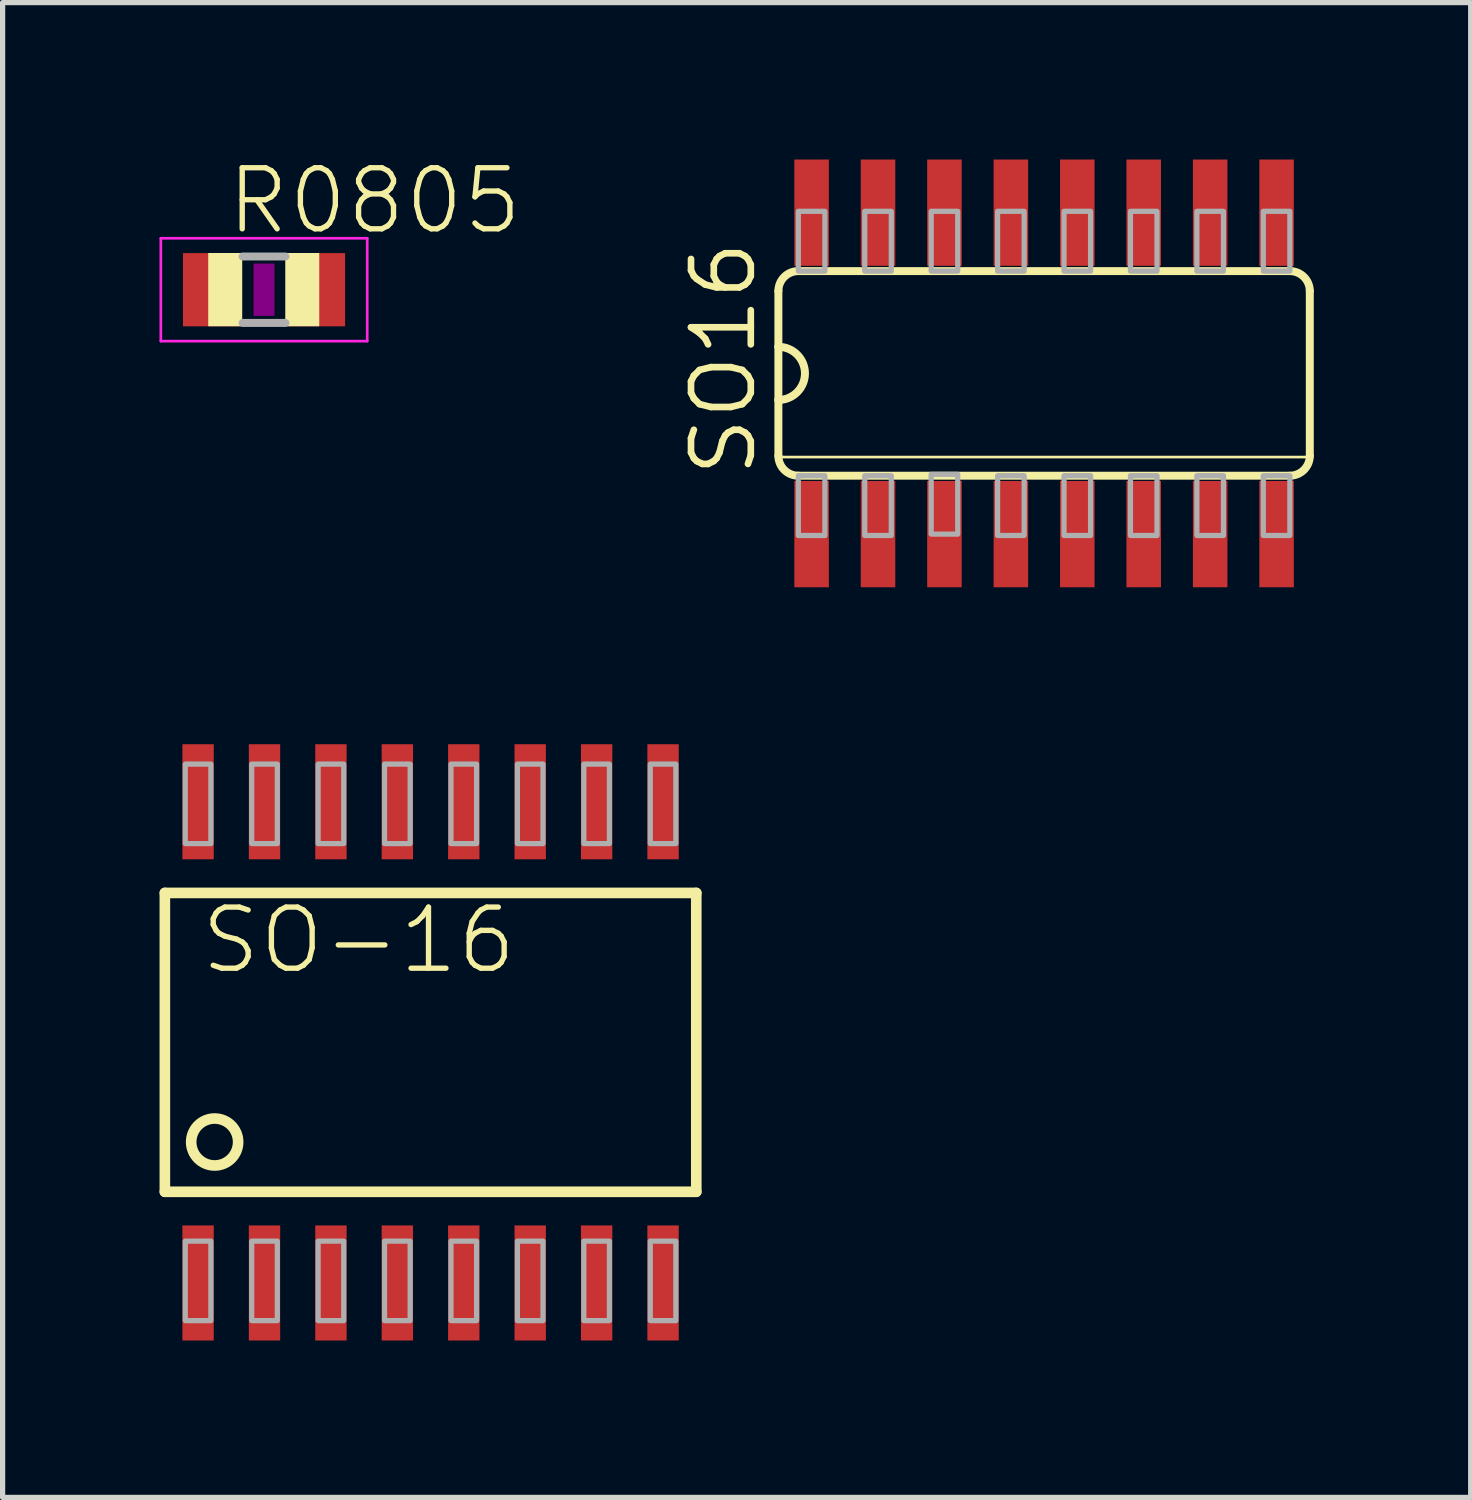
<source format=kicad_pcb>
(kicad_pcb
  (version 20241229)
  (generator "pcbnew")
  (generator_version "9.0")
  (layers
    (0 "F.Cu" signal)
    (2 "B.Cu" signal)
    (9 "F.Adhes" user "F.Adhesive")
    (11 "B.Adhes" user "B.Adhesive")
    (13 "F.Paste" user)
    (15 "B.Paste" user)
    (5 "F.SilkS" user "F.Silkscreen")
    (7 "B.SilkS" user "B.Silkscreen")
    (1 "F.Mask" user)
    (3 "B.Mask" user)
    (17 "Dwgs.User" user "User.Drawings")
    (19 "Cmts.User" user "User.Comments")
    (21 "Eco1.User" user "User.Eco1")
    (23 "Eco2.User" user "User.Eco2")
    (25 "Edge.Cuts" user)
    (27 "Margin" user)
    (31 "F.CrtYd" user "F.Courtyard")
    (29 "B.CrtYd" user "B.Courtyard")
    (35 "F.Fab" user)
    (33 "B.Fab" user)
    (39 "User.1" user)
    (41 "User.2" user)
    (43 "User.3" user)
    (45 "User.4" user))
  (footprint "SO16"
    (layer "F.Cu")
    (at 16.912 4.089)
    (property "Reference" "SO16" (at -5.461 2.032 90) (layer "F.SilkS") (effects (font (size 1.143 1.143) (thickness 0.127)) (justify left bottom)))
    (fp_line (start -5.08 -1.575) (end -5.08 -0.508) (stroke (width 0.152) (type solid)) (layer "F.SilkS"))
    (fp_line (start -5.08 -0.508) (end -5.08 0.508) (stroke (width 0.152) (type solid)) (layer "F.SilkS"))
    (fp_line (start -5.08 0.508) (end -5.08 1.575) (stroke (width 0.152) (type solid)) (layer "F.SilkS"))
    (fp_line (start -5.08 1.6) (end 5.08 1.6) (stroke (width 0.051) (type solid)) (layer "F.SilkS"))
    (fp_line (start -4.699 1.956) (end 4.699 1.956) (stroke (width 0.152) (type solid)) (layer "F.SilkS"))
    (fp_line (start 4.699 -1.956) (end -4.699 -1.956) (stroke (width 0.152) (type solid)) (layer "F.SilkS"))
    (fp_line (start 5.08 1.575) (end 5.08 -1.575) (stroke (width 0.152) (type solid)) (layer "F.SilkS"))
    (fp_arc (start -5.08 -1.5748) (mid -4.968408 -1.844208) (end -4.699 -1.9558) (stroke (width 0.1524) (type solid)) (layer "F.SilkS"))
    (fp_arc (start -5.08 -0.508) (mid -4.572 0) (end -5.08 0.508) (stroke (width 0.1524) (type solid)) (layer "F.SilkS"))
    (fp_arc (start -4.699 1.9558) (mid -4.968408 1.844208) (end -5.08 1.5748) (stroke (width 0.1524) (type solid)) (layer "F.SilkS"))
    (fp_arc (start 4.699 -1.9558) (mid 4.968408 -1.844208) (end 5.08 -1.5748) (stroke (width 0.1524) (type solid)) (layer "F.SilkS"))
    (fp_arc (start 5.08 1.5748) (mid 4.968408 1.844208) (end 4.699 1.9558) (stroke (width 0.1524) (type solid)) (layer "F.SilkS"))
    (fp_poly (pts (xy -4.699 -1.956) (xy -4.191 -1.956) (xy -4.191 -3.099) (xy -4.699 -3.099)) (stroke (width 0.1) (type solid)) (fill no) (layer "F.Fab"))
    (fp_poly (pts (xy -4.699 3.099) (xy -4.191 3.099) (xy -4.191 1.956) (xy -4.699 1.956)) (stroke (width 0.1) (type solid)) (fill no) (layer "F.Fab"))
    (fp_poly (pts (xy -3.429 -1.956) (xy -2.921 -1.956) (xy -2.921 -3.099) (xy -3.429 -3.099)) (stroke (width 0.1) (type solid)) (fill no) (layer "F.Fab"))
    (fp_poly (pts (xy -3.429 3.099) (xy -2.921 3.099) (xy -2.921 1.956) (xy -3.429 1.956)) (stroke (width 0.1) (type solid)) (fill no) (layer "F.Fab"))
    (fp_poly (pts (xy -2.159 -1.956) (xy -1.651 -1.956) (xy -1.651 -3.099) (xy -2.159 -3.099)) (stroke (width 0.1) (type solid)) (fill no) (layer "F.Fab"))
    (fp_poly (pts (xy -2.159 3.073) (xy -1.651 3.073) (xy -1.651 1.93) (xy -2.159 1.93)) (stroke (width 0.1) (type solid)) (fill no) (layer "F.Fab"))
    (fp_poly (pts (xy -0.889 -1.956) (xy -0.381 -1.956) (xy -0.381 -3.099) (xy -0.889 -3.099)) (stroke (width 0.1) (type solid)) (fill no) (layer "F.Fab"))
    (fp_poly (pts (xy -0.889 3.099) (xy -0.381 3.099) (xy -0.381 1.956) (xy -0.889 1.956)) (stroke (width 0.1) (type solid)) (fill no) (layer "F.Fab"))
    (fp_poly (pts (xy 0.381 -1.956) (xy 0.889 -1.956) (xy 0.889 -3.099) (xy 0.381 -3.099)) (stroke (width 0.1) (type solid)) (fill no) (layer "F.Fab"))
    (fp_poly (pts (xy 0.381 3.099) (xy 0.889 3.099) (xy 0.889 1.956) (xy 0.381 1.956)) (stroke (width 0.1) (type solid)) (fill no) (layer "F.Fab"))
    (fp_poly (pts (xy 1.651 -1.956) (xy 2.159 -1.956) (xy 2.159 -3.099) (xy 1.651 -3.099)) (stroke (width 0.1) (type solid)) (fill no) (layer "F.Fab"))
    (fp_poly (pts (xy 1.651 3.099) (xy 2.159 3.099) (xy 2.159 1.956) (xy 1.651 1.956)) (stroke (width 0.1) (type solid)) (fill no) (layer "F.Fab"))
    (fp_poly (pts (xy 2.921 -1.956) (xy 3.429 -1.956) (xy 3.429 -3.099) (xy 2.921 -3.099)) (stroke (width 0.1) (type solid)) (fill no) (layer "F.Fab"))
    (fp_poly (pts (xy 2.921 3.099) (xy 3.429 3.099) (xy 3.429 1.956) (xy 2.921 1.956)) (stroke (width 0.1) (type solid)) (fill no) (layer "F.Fab"))
    (fp_poly (pts (xy 4.191 -1.956) (xy 4.699 -1.956) (xy 4.699 -3.099) (xy 4.191 -3.099)) (stroke (width 0.1) (type solid)) (fill no) (layer "F.Fab"))
    (fp_poly (pts (xy 4.191 3.099) (xy 4.699 3.099) (xy 4.699 1.956) (xy 4.191 1.956)) (stroke (width 0.1) (type solid)) (fill no) (layer "F.Fab"))
    (pad "1" smd rect (at -4.445 3.073) (size 0.66 2.032) (layers "F.Cu" "F.Mask" "F.Paste"))
    (pad "2" smd rect (at -3.175 3.073) (size 0.66 2.032) (layers "F.Cu" "F.Mask" "F.Paste"))
    (pad "3" smd rect (at -1.905 3.073) (size 0.66 2.032) (layers "F.Cu" "F.Mask" "F.Paste"))
    (pad "4" smd rect (at -0.635 3.073) (size 0.66 2.032) (layers "F.Cu" "F.Mask" "F.Paste"))
    (pad "5" smd rect (at 0.635 3.073) (size 0.66 2.032) (layers "F.Cu" "F.Mask" "F.Paste"))
    (pad "6" smd rect (at 1.905 3.073) (size 0.66 2.032) (layers "F.Cu" "F.Mask" "F.Paste"))
    (pad "7" smd rect (at 3.175 3.073) (size 0.66 2.032) (layers "F.Cu" "F.Mask" "F.Paste"))
    (pad "8" smd rect (at 4.445 3.073) (size 0.66 2.032) (layers "F.Cu" "F.Mask" "F.Paste"))
    (pad "9" smd rect (at 4.445 -3.073) (size 0.66 2.032) (layers "F.Cu" "F.Mask" "F.Paste"))
    (pad "10" smd rect (at 3.175 -3.073) (size 0.66 2.032) (layers "F.Cu" "F.Mask" "F.Paste"))
    (pad "11" smd rect (at 1.905 -3.073) (size 0.66 2.032) (layers "F.Cu" "F.Mask" "F.Paste"))
    (pad "12" smd rect (at 0.635 -3.073) (size 0.66 2.032) (layers "F.Cu" "F.Mask" "F.Paste"))
    (pad "13" smd rect (at -0.635 -3.073) (size 0.66 2.032) (layers "F.Cu" "F.Mask" "F.Paste"))
    (pad "14" smd rect (at -1.905 -3.073) (size 0.66 2.032) (layers "F.Cu" "F.Mask" "F.Paste"))
    (pad "15" smd rect (at -3.175 -3.073) (size 0.66 2.032) (layers "F.Cu" "F.Mask" "F.Paste"))
    (pad "16" smd rect (at -4.445 -3.073) (size 0.66 2.032) (layers "F.Cu" "F.Mask" "F.Paste")))
  (footprint "R0805"
    (layer "F.Cu")
    (at 1.998 2.489)
    (property "Reference" "R0805" (at -0.762 -1.016 0) (layer "F.SilkS") (effects (font (size 1.168 1.168) (thickness 0.102)) (justify left bottom)))
    (fp_poly (pts (xy -1.067 0.699) (xy -0.417 0.699) (xy -0.417 -0.702) (xy -1.067 -0.702)) (stroke (width 0) (type solid)) (fill yes) (layer "F.SilkS"))
    (fp_poly (pts (xy 0.406 0.699) (xy 1.056 0.699) (xy 1.056 -0.702) (xy 0.406 -0.702)) (stroke (width 0) (type solid)) (fill yes) (layer "F.SilkS"))
    (fp_poly (pts (xy -0.2 0.5) (xy 0.2 0.5) (xy 0.2 -0.5) (xy -0.2 -0.5)) (stroke (width 0) (type solid)) (fill yes) (layer "F.Adhes"))
    (fp_line (start -1.973 -0.983) (end 1.973 -0.983) (stroke (width 0.051) (type solid)) (layer "F.CrtYd"))
    (fp_line (start -1.973 0.983) (end -1.973 -0.983) (stroke (width 0.051) (type solid)) (layer "F.CrtYd"))
    (fp_line (start 1.973 -0.983) (end 1.973 0.983) (stroke (width 0.051) (type solid)) (layer "F.CrtYd"))
    (fp_line (start 1.973 0.983) (end -1.973 0.983) (stroke (width 0.051) (type solid)) (layer "F.CrtYd"))
    (fp_line (start -0.41 -0.635) (end 0.41 -0.635) (stroke (width 0.152) (type solid)) (layer "F.Fab"))
    (fp_line (start -0.41 0.635) (end 0.41 0.635) (stroke (width 0.152) (type solid)) (layer "F.Fab"))
    (pad "1" smd rect (at -1 0) (size 1.1 1.4) (layers "F.Cu" "F.Mask" "F.Paste"))
    (pad "2" smd rect (at 1 0) (size 1.1 1.4) (layers "F.Cu" "F.Mask" "F.Paste")))
  (footprint "SO-16"
    (layer "F.Cu")
    (at 5.182 16.879)
    (property "Reference" "SO-16" (at -4.445 -1.27 0) (layer "F.SilkS") (effects (font (size 1.168 1.168) (thickness 0.102)) (justify left bottom)))
    (fp_line (start -5.08 -2.857) (end 5.08 -2.857) (stroke (width 0.203) (type solid)) (layer "F.SilkS"))
    (fp_line (start -5.08 2.857) (end -5.08 -2.857) (stroke (width 0.203) (type solid)) (layer "F.SilkS"))
    (fp_line (start 5.08 -2.857) (end 5.08 2.857) (stroke (width 0.203) (type solid)) (layer "F.SilkS"))
    (fp_line (start 5.08 2.857) (end -5.08 2.857) (stroke (width 0.203) (type solid)) (layer "F.SilkS"))
    (fp_circle (center -4.128 1.905) (end -3.679 1.905) (stroke (width 0.203) (type solid)) (fill no) (layer "F.SilkS"))
    (fp_poly (pts (xy -4.69 -3.8) (xy -4.2 -3.8) (xy -4.2 -5.32) (xy -4.69 -5.32)) (stroke (width 0.1) (type solid)) (fill no) (layer "F.Fab"))
    (fp_poly (pts (xy -4.69 5.32) (xy -4.2 5.32) (xy -4.2 3.8) (xy -4.69 3.8)) (stroke (width 0.1) (type solid)) (fill no) (layer "F.Fab"))
    (fp_poly (pts (xy -3.42 -3.8) (xy -2.93 -3.8) (xy -2.93 -5.32) (xy -3.42 -5.32)) (stroke (width 0.1) (type solid)) (fill no) (layer "F.Fab"))
    (fp_poly (pts (xy -3.42 5.32) (xy -2.93 5.32) (xy -2.93 3.8) (xy -3.42 3.8)) (stroke (width 0.1) (type solid)) (fill no) (layer "F.Fab"))
    (fp_poly (pts (xy -2.15 -3.8) (xy -1.66 -3.8) (xy -1.66 -5.32) (xy -2.15 -5.32)) (stroke (width 0.1) (type solid)) (fill no) (layer "F.Fab"))
    (fp_poly (pts (xy -2.15 5.32) (xy -1.66 5.32) (xy -1.66 3.8) (xy -2.15 3.8)) (stroke (width 0.1) (type solid)) (fill no) (layer "F.Fab"))
    (fp_poly (pts (xy -0.88 -3.8) (xy -0.39 -3.8) (xy -0.39 -5.32) (xy -0.88 -5.32)) (stroke (width 0.1) (type solid)) (fill no) (layer "F.Fab"))
    (fp_poly (pts (xy -0.88 5.32) (xy -0.39 5.32) (xy -0.39 3.8) (xy -0.88 3.8)) (stroke (width 0.1) (type solid)) (fill no) (layer "F.Fab"))
    (fp_poly (pts (xy 0.39 -3.8) (xy 0.88 -3.8) (xy 0.88 -5.32) (xy 0.39 -5.32)) (stroke (width 0.1) (type solid)) (fill no) (layer "F.Fab"))
    (fp_poly (pts (xy 0.39 5.32) (xy 0.88 5.32) (xy 0.88 3.8) (xy 0.39 3.8)) (stroke (width 0.1) (type solid)) (fill no) (layer "F.Fab"))
    (fp_poly (pts (xy 1.66 -3.8) (xy 2.15 -3.8) (xy 2.15 -5.32) (xy 1.66 -5.32)) (stroke (width 0.1) (type solid)) (fill no) (layer "F.Fab"))
    (fp_poly (pts (xy 1.66 5.32) (xy 2.15 5.32) (xy 2.15 3.8) (xy 1.66 3.8)) (stroke (width 0.1) (type solid)) (fill no) (layer "F.Fab"))
    (fp_poly (pts (xy 2.93 -3.8) (xy 3.42 -3.8) (xy 3.42 -5.32) (xy 2.93 -5.32)) (stroke (width 0.1) (type solid)) (fill no) (layer "F.Fab"))
    (fp_poly (pts (xy 2.93 5.32) (xy 3.42 5.32) (xy 3.42 3.8) (xy 2.93 3.8)) (stroke (width 0.1) (type solid)) (fill no) (layer "F.Fab"))
    (fp_poly (pts (xy 4.2 -3.8) (xy 4.69 -3.8) (xy 4.69 -5.32) (xy 4.2 -5.32)) (stroke (width 0.1) (type solid)) (fill no) (layer "F.Fab"))
    (fp_poly (pts (xy 4.2 5.32) (xy 4.69 5.32) (xy 4.69 3.8) (xy 4.2 3.8)) (stroke (width 0.1) (type solid)) (fill no) (layer "F.Fab"))
    (pad "1" smd rect (at -4.445 4.6) (size 0.6 2.2) (layers "F.Cu" "F.Mask" "F.Paste"))
    (pad "2" smd rect (at -3.175 4.6) (size 0.6 2.2) (layers "F.Cu" "F.Mask" "F.Paste"))
    (pad "3" smd rect (at -1.905 4.6) (size 0.6 2.2) (layers "F.Cu" "F.Mask" "F.Paste"))
    (pad "4" smd rect (at -0.635 4.6) (size 0.6 2.2) (layers "F.Cu" "F.Mask" "F.Paste"))
    (pad "5" smd rect (at 0.635 4.6) (size 0.6 2.2) (layers "F.Cu" "F.Mask" "F.Paste"))
    (pad "6" smd rect (at 1.905 4.6) (size 0.6 2.2) (layers "F.Cu" "F.Mask" "F.Paste"))
    (pad "7" smd rect (at 3.175 4.6) (size 0.6 2.2) (layers "F.Cu" "F.Mask" "F.Paste"))
    (pad "8" smd rect (at 4.445 4.6) (size 0.6 2.2) (layers "F.Cu" "F.Mask" "F.Paste"))
    (pad "9" smd rect (at 4.445 -4.6) (size 0.6 2.2) (layers "F.Cu" "F.Mask" "F.Paste"))
    (pad "10" smd rect (at 3.175 -4.6) (size 0.6 2.2) (layers "F.Cu" "F.Mask" "F.Paste"))
    (pad "11" smd rect (at 1.905 -4.6) (size 0.6 2.2) (layers "F.Cu" "F.Mask" "F.Paste"))
    (pad "12" smd rect (at 0.635 -4.6) (size 0.6 2.2) (layers "F.Cu" "F.Mask" "F.Paste"))
    (pad "13" smd rect (at -0.635 -4.6) (size 0.6 2.2) (layers "F.Cu" "F.Mask" "F.Paste"))
    (pad "14" smd rect (at -1.905 -4.6) (size 0.6 2.2) (layers "F.Cu" "F.Mask" "F.Paste"))
    (pad "15" smd rect (at -3.175 -4.6) (size 0.6 2.2) (layers "F.Cu" "F.Mask" "F.Paste"))
    (pad "16" smd rect (at -4.445 -4.6) (size 0.6 2.2) (layers "F.Cu" "F.Mask" "F.Paste")))
  (gr_rect
    (start -3 -3)
    (end 25.068 25.579)
    (stroke (width 0.1) (type default))
    (fill no)
    (layer "Edge.Cuts")))
</source>
